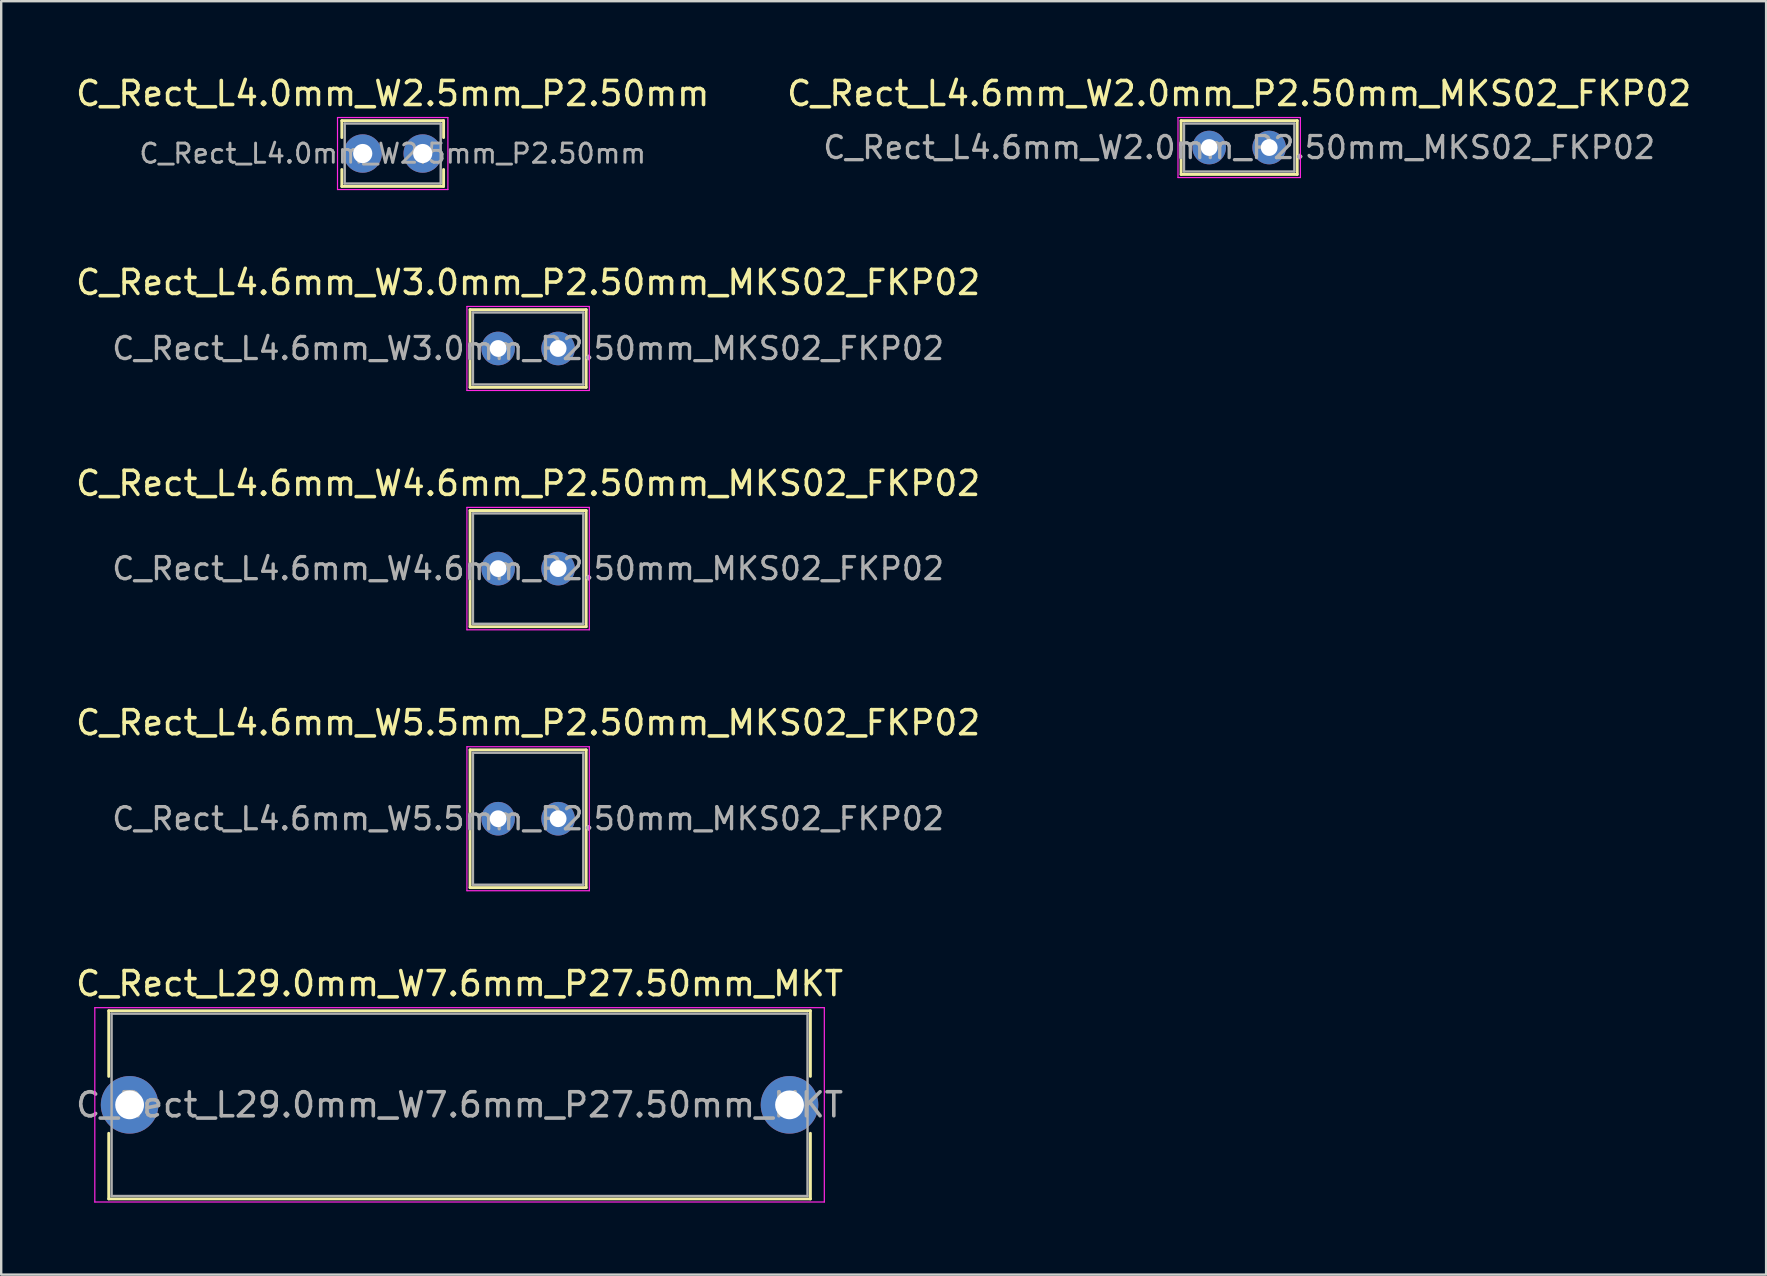
<source format=kicad_pcb>
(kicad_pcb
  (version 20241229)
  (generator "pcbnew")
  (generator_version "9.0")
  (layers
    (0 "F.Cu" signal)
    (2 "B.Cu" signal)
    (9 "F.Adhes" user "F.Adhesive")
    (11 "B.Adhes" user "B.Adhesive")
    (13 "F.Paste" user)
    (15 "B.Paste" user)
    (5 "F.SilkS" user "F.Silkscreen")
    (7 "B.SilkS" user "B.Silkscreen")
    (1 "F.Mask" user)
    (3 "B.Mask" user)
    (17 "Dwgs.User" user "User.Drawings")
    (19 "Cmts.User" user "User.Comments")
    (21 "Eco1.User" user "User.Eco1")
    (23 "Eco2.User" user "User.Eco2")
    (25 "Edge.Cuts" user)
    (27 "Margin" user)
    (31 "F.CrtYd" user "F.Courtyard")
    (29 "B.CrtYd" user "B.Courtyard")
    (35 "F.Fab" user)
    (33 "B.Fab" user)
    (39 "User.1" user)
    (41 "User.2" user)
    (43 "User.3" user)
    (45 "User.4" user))
  (footprint "C_Rect_L4.0mm_W2.5mm_P2.50mm"
    (layer "F.Cu")
    (at 12.065 3.348)
    (property "Reference" "C_Rect_L4.0mm_W2.5mm_P2.50mm" (at 1.25 -2.5 0) (layer "F.SilkS") (effects (font (size 1 1) (thickness 0.15))))
    (attr through_hole)
    (fp_line (start -0.87 -1.37) (end -0.87 -0.665) (stroke (width 0.12) (type solid)) (layer "F.SilkS"))
    (fp_line (start -0.87 -1.37) (end 3.37 -1.37) (stroke (width 0.12) (type solid)) (layer "F.SilkS"))
    (fp_line (start -0.87 0.665) (end -0.87 1.37) (stroke (width 0.12) (type solid)) (layer "F.SilkS"))
    (fp_line (start -0.87 1.37) (end 3.37 1.37) (stroke (width 0.12) (type solid)) (layer "F.SilkS"))
    (fp_line (start 3.37 -1.37) (end 3.37 -0.665) (stroke (width 0.12) (type solid)) (layer "F.SilkS"))
    (fp_line (start 3.37 0.665) (end 3.37 1.37) (stroke (width 0.12) (type solid)) (layer "F.SilkS"))
    (fp_line (start -1.05 -1.5) (end -1.05 1.5) (stroke (width 0.05) (type solid)) (layer "F.CrtYd"))
    (fp_line (start -1.05 1.5) (end 3.55 1.5) (stroke (width 0.05) (type solid)) (layer "F.CrtYd"))
    (fp_line (start 3.55 -1.5) (end -1.05 -1.5) (stroke (width 0.05) (type solid)) (layer "F.CrtYd"))
    (fp_line (start 3.55 1.5) (end 3.55 -1.5) (stroke (width 0.05) (type solid)) (layer "F.CrtYd"))
    (fp_line (start -0.75 -1.25) (end -0.75 1.25) (stroke (width 0.1) (type solid)) (layer "F.Fab"))
    (fp_line (start -0.75 1.25) (end 3.25 1.25) (stroke (width 0.1) (type solid)) (layer "F.Fab"))
    (fp_line (start 3.25 -1.25) (end -0.75 -1.25) (stroke (width 0.1) (type solid)) (layer "F.Fab"))
    (fp_line (start 3.25 1.25) (end 3.25 -1.25) (stroke (width 0.1) (type solid)) (layer "F.Fab"))
    (fp_text user "${REFERENCE}" (at 1.25 0 0) (layer "F.Fab") (effects (font (size 0.8 0.8) (thickness 0.12))))
    (pad "1" thru_hole circle (at 0 0) (size 1.6 1.6) (drill 0.8) (layers "*.Cu" "*.Mask"))
    (pad "2" thru_hole circle (at 2.5 0) (size 1.6 1.6) (drill 0.8) (layers "*.Cu" "*.Mask")))
  (footprint "C_Rect_L4.6mm_W5.5mm_P2.50mm_MKS02_FKP02"
    (layer "F.Cu")
    (at 17.708 31.068)
    (property "Reference" "C_Rect_L4.6mm_W5.5mm_P2.50mm_MKS02_FKP02" (at 1.25 -4 0) (layer "F.SilkS") (effects (font (size 1 1) (thickness 0.15))))
    (attr through_hole)
    (fp_line (start -1.17 -2.87) (end -1.17 2.87) (stroke (width 0.12) (type solid)) (layer "F.SilkS"))
    (fp_line (start -1.17 -2.87) (end 3.67 -2.87) (stroke (width 0.12) (type solid)) (layer "F.SilkS"))
    (fp_line (start -1.17 2.87) (end 3.67 2.87) (stroke (width 0.12) (type solid)) (layer "F.SilkS"))
    (fp_line (start 3.67 -2.87) (end 3.67 2.87) (stroke (width 0.12) (type solid)) (layer "F.SilkS"))
    (fp_line (start -1.3 -3) (end -1.3 3) (stroke (width 0.05) (type solid)) (layer "F.CrtYd"))
    (fp_line (start -1.3 3) (end 3.8 3) (stroke (width 0.05) (type solid)) (layer "F.CrtYd"))
    (fp_line (start 3.8 -3) (end -1.3 -3) (stroke (width 0.05) (type solid)) (layer "F.CrtYd"))
    (fp_line (start 3.8 3) (end 3.8 -3) (stroke (width 0.05) (type solid)) (layer "F.CrtYd"))
    (fp_line (start -1.05 -2.75) (end -1.05 2.75) (stroke (width 0.1) (type solid)) (layer "F.Fab"))
    (fp_line (start -1.05 2.75) (end 3.55 2.75) (stroke (width 0.1) (type solid)) (layer "F.Fab"))
    (fp_line (start 3.55 -2.75) (end -1.05 -2.75) (stroke (width 0.1) (type solid)) (layer "F.Fab"))
    (fp_line (start 3.55 2.75) (end 3.55 -2.75) (stroke (width 0.1) (type solid)) (layer "F.Fab"))
    (fp_text user "${REFERENCE}" (at 1.25 0 0) (layer "F.Fab") (effects (font (size 0.92 0.92) (thickness 0.138))))
    (pad "1" thru_hole circle (at 0 0) (size 1.4 1.4) (drill 0.7) (layers "*.Cu" "*.Mask"))
    (pad "2" thru_hole circle (at 2.5 0) (size 1.4 1.4) (drill 0.7) (layers "*.Cu" "*.Mask")))
  (footprint "C_Rect_L4.6mm_W2.0mm_P2.50mm_MKS02_FKP02"
    (layer "F.Cu")
    (at 47.339 3.098)
    (property "Reference" "C_Rect_L4.6mm_W2.0mm_P2.50mm_MKS02_FKP02" (at 1.25 -2.25 0) (layer "F.SilkS") (effects (font (size 1 1) (thickness 0.15))))
    (attr through_hole)
    (fp_line (start -1.17 -1.12) (end -1.17 1.12) (stroke (width 0.12) (type solid)) (layer "F.SilkS"))
    (fp_line (start -1.17 -1.12) (end 3.67 -1.12) (stroke (width 0.12) (type solid)) (layer "F.SilkS"))
    (fp_line (start -1.17 1.12) (end 3.67 1.12) (stroke (width 0.12) (type solid)) (layer "F.SilkS"))
    (fp_line (start 3.67 -1.12) (end 3.67 1.12) (stroke (width 0.12) (type solid)) (layer "F.SilkS"))
    (fp_line (start -1.3 -1.25) (end -1.3 1.25) (stroke (width 0.05) (type solid)) (layer "F.CrtYd"))
    (fp_line (start -1.3 1.25) (end 3.8 1.25) (stroke (width 0.05) (type solid)) (layer "F.CrtYd"))
    (fp_line (start 3.8 -1.25) (end -1.3 -1.25) (stroke (width 0.05) (type solid)) (layer "F.CrtYd"))
    (fp_line (start 3.8 1.25) (end 3.8 -1.25) (stroke (width 0.05) (type solid)) (layer "F.CrtYd"))
    (fp_line (start -1.05 -1) (end -1.05 1) (stroke (width 0.1) (type solid)) (layer "F.Fab"))
    (fp_line (start -1.05 1) (end 3.55 1) (stroke (width 0.1) (type solid)) (layer "F.Fab"))
    (fp_line (start 3.55 -1) (end -1.05 -1) (stroke (width 0.1) (type solid)) (layer "F.Fab"))
    (fp_line (start 3.55 1) (end 3.55 -1) (stroke (width 0.1) (type solid)) (layer "F.Fab"))
    (fp_text user "${REFERENCE}" (at 1.25 0 0) (layer "F.Fab") (effects (font (size 0.92 0.92) (thickness 0.138))))
    (pad "1" thru_hole circle (at 0 0) (size 1.4 1.4) (drill 0.7) (layers "*.Cu" "*.Mask"))
    (pad "2" thru_hole circle (at 2.5 0) (size 1.4 1.4) (drill 0.7) (layers "*.Cu" "*.Mask")))
  (footprint "C_Rect_L29.0mm_W7.6mm_P27.50mm_MKT"
    (layer "F.Cu")
    (at 2.351 42.991)
    (property "Reference" "C_Rect_L29.0mm_W7.6mm_P27.50mm_MKT" (at 13.75 -5.05 0) (layer "F.SilkS") (effects (font (size 1 1) (thickness 0.15))))
    (attr through_hole)
    (fp_line (start -0.87 -3.92) (end -0.87 -1.185) (stroke (width 0.12) (type solid)) (layer "F.SilkS"))
    (fp_line (start -0.87 -3.92) (end 28.37 -3.92) (stroke (width 0.12) (type solid)) (layer "F.SilkS"))
    (fp_line (start -0.87 1.185) (end -0.87 3.92) (stroke (width 0.12) (type solid)) (layer "F.SilkS"))
    (fp_line (start -0.87 3.92) (end 28.37 3.92) (stroke (width 0.12) (type solid)) (layer "F.SilkS"))
    (fp_line (start 28.37 -3.92) (end 28.37 -1.185) (stroke (width 0.12) (type solid)) (layer "F.SilkS"))
    (fp_line (start 28.37 1.185) (end 28.37 3.92) (stroke (width 0.12) (type solid)) (layer "F.SilkS"))
    (fp_line (start -1.45 -4.05) (end -1.45 4.05) (stroke (width 0.05) (type solid)) (layer "F.CrtYd"))
    (fp_line (start -1.45 4.05) (end 28.95 4.05) (stroke (width 0.05) (type solid)) (layer "F.CrtYd"))
    (fp_line (start 28.95 -4.05) (end -1.45 -4.05) (stroke (width 0.05) (type solid)) (layer "F.CrtYd"))
    (fp_line (start 28.95 4.05) (end 28.95 -4.05) (stroke (width 0.05) (type solid)) (layer "F.CrtYd"))
    (fp_line (start -0.75 -3.8) (end -0.75 3.8) (stroke (width 0.1) (type solid)) (layer "F.Fab"))
    (fp_line (start -0.75 3.8) (end 28.25 3.8) (stroke (width 0.1) (type solid)) (layer "F.Fab"))
    (fp_line (start 28.25 -3.8) (end -0.75 -3.8) (stroke (width 0.1) (type solid)) (layer "F.Fab"))
    (fp_line (start 28.25 3.8) (end 28.25 -3.8) (stroke (width 0.1) (type solid)) (layer "F.Fab"))
    (fp_text user "${REFERENCE}" (at 13.75 0 0) (layer "F.Fab") (effects (font (size 1 1) (thickness 0.15))))
    (pad "1" thru_hole circle (at 0 0) (size 2.4 2.4) (drill 1.2) (layers "*.Cu" "*.Mask"))
    (pad "2" thru_hole circle (at 27.5 0) (size 2.4 2.4) (drill 1.2) (layers "*.Cu" "*.Mask")))
  (footprint "C_Rect_L4.6mm_W4.6mm_P2.50mm_MKS02_FKP02"
    (layer "F.Cu")
    (at 17.708 20.645)
    (property "Reference" "C_Rect_L4.6mm_W4.6mm_P2.50mm_MKS02_FKP02" (at 1.25 -3.55 0) (layer "F.SilkS") (effects (font (size 1 1) (thickness 0.15))))
    (attr through_hole)
    (fp_line (start -1.17 -2.42) (end -1.17 2.42) (stroke (width 0.12) (type solid)) (layer "F.SilkS"))
    (fp_line (start -1.17 -2.42) (end 3.67 -2.42) (stroke (width 0.12) (type solid)) (layer "F.SilkS"))
    (fp_line (start -1.17 2.42) (end 3.67 2.42) (stroke (width 0.12) (type solid)) (layer "F.SilkS"))
    (fp_line (start 3.67 -2.42) (end 3.67 2.42) (stroke (width 0.12) (type solid)) (layer "F.SilkS"))
    (fp_line (start -1.3 -2.55) (end -1.3 2.55) (stroke (width 0.05) (type solid)) (layer "F.CrtYd"))
    (fp_line (start -1.3 2.55) (end 3.8 2.55) (stroke (width 0.05) (type solid)) (layer "F.CrtYd"))
    (fp_line (start 3.8 -2.55) (end -1.3 -2.55) (stroke (width 0.05) (type solid)) (layer "F.CrtYd"))
    (fp_line (start 3.8 2.55) (end 3.8 -2.55) (stroke (width 0.05) (type solid)) (layer "F.CrtYd"))
    (fp_line (start -1.05 -2.3) (end -1.05 2.3) (stroke (width 0.1) (type solid)) (layer "F.Fab"))
    (fp_line (start -1.05 2.3) (end 3.55 2.3) (stroke (width 0.1) (type solid)) (layer "F.Fab"))
    (fp_line (start 3.55 -2.3) (end -1.05 -2.3) (stroke (width 0.1) (type solid)) (layer "F.Fab"))
    (fp_line (start 3.55 2.3) (end 3.55 -2.3) (stroke (width 0.1) (type solid)) (layer "F.Fab"))
    (fp_text user "${REFERENCE}" (at 1.25 0 0) (layer "F.Fab") (effects (font (size 0.92 0.92) (thickness 0.138))))
    (pad "1" thru_hole circle (at 0 0) (size 1.4 1.4) (drill 0.7) (layers "*.Cu" "*.Mask"))
    (pad "2" thru_hole circle (at 2.5 0) (size 1.4 1.4) (drill 0.7) (layers "*.Cu" "*.Mask")))
  (footprint "C_Rect_L4.6mm_W3.0mm_P2.50mm_MKS02_FKP02"
    (layer "F.Cu")
    (at 17.708 11.472)
    (property "Reference" "C_Rect_L4.6mm_W3.0mm_P2.50mm_MKS02_FKP02" (at 1.25 -2.75 0) (layer "F.SilkS") (effects (font (size 1 1) (thickness 0.15))))
    (attr through_hole)
    (fp_line (start -1.17 -1.62) (end -1.17 1.62) (stroke (width 0.12) (type solid)) (layer "F.SilkS"))
    (fp_line (start -1.17 -1.62) (end 3.67 -1.62) (stroke (width 0.12) (type solid)) (layer "F.SilkS"))
    (fp_line (start -1.17 1.62) (end 3.67 1.62) (stroke (width 0.12) (type solid)) (layer "F.SilkS"))
    (fp_line (start 3.67 -1.62) (end 3.67 1.62) (stroke (width 0.12) (type solid)) (layer "F.SilkS"))
    (fp_line (start -1.3 -1.75) (end -1.3 1.75) (stroke (width 0.05) (type solid)) (layer "F.CrtYd"))
    (fp_line (start -1.3 1.75) (end 3.8 1.75) (stroke (width 0.05) (type solid)) (layer "F.CrtYd"))
    (fp_line (start 3.8 -1.75) (end -1.3 -1.75) (stroke (width 0.05) (type solid)) (layer "F.CrtYd"))
    (fp_line (start 3.8 1.75) (end 3.8 -1.75) (stroke (width 0.05) (type solid)) (layer "F.CrtYd"))
    (fp_line (start -1.05 -1.5) (end -1.05 1.5) (stroke (width 0.1) (type solid)) (layer "F.Fab"))
    (fp_line (start -1.05 1.5) (end 3.55 1.5) (stroke (width 0.1) (type solid)) (layer "F.Fab"))
    (fp_line (start 3.55 -1.5) (end -1.05 -1.5) (stroke (width 0.1) (type solid)) (layer "F.Fab"))
    (fp_line (start 3.55 1.5) (end 3.55 -1.5) (stroke (width 0.1) (type solid)) (layer "F.Fab"))
    (fp_text user "${REFERENCE}" (at 1.25 0 0) (layer "F.Fab") (effects (font (size 0.92 0.92) (thickness 0.138))))
    (pad "1" thru_hole circle (at 0 0) (size 1.4 1.4) (drill 0.7) (layers "*.Cu" "*.Mask"))
    (pad "2" thru_hole circle (at 2.5 0) (size 1.4 1.4) (drill 0.7) (layers "*.Cu" "*.Mask")))
  (gr_rect
    (start -3 -3)
    (end 70.548 50.066)
    (stroke (width 0.1) (type default))
    (fill no)
    (layer "Edge.Cuts")))
</source>
